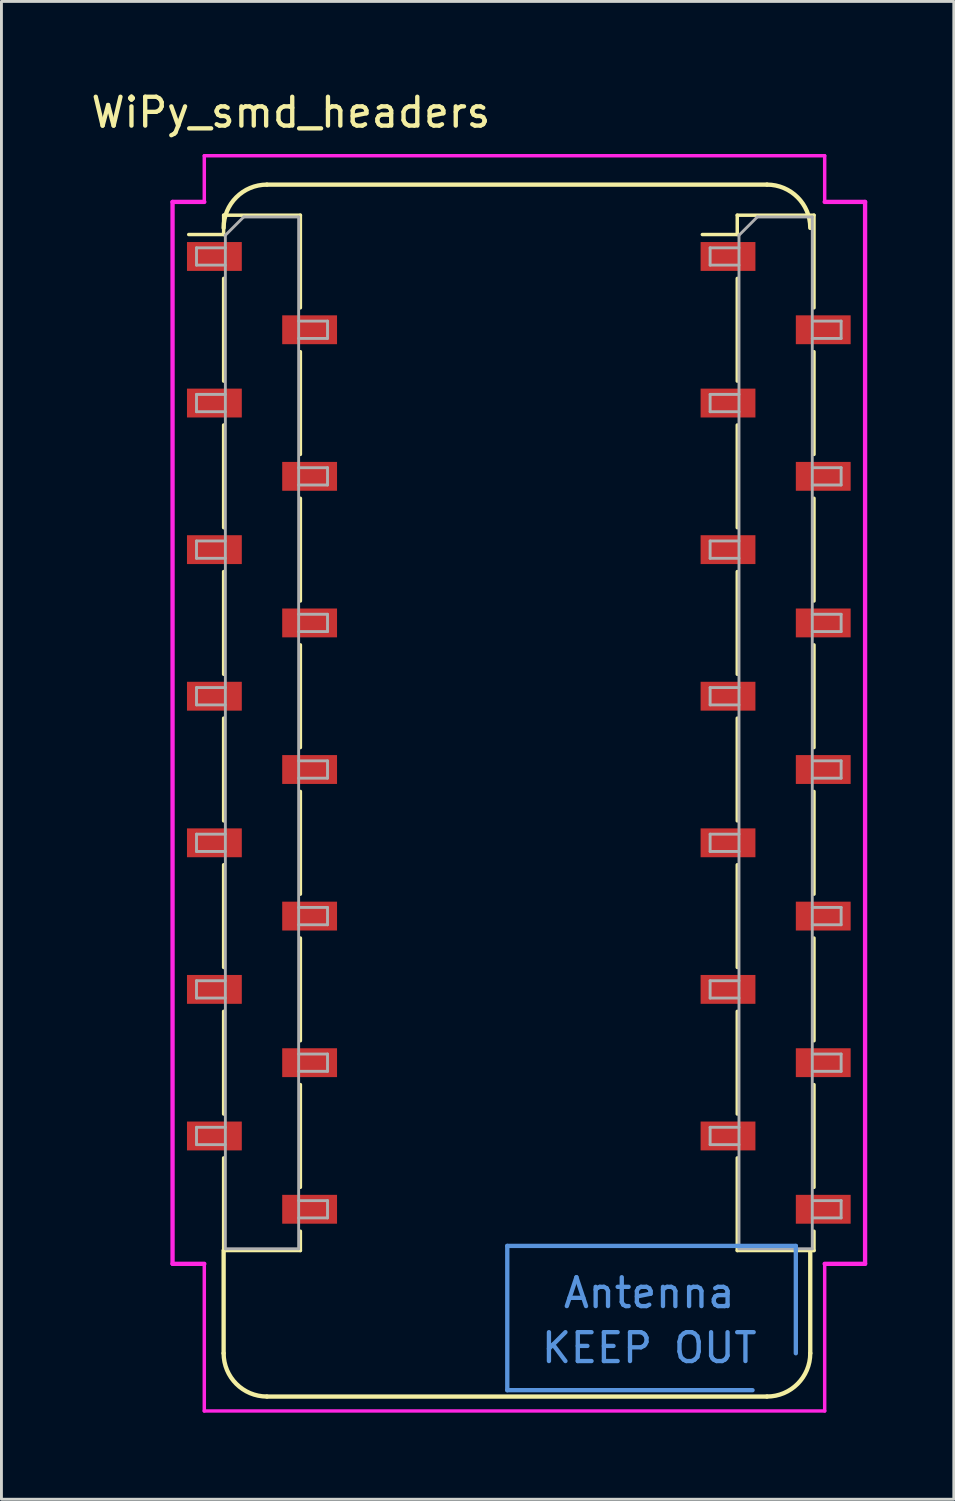
<source format=kicad_pcb>
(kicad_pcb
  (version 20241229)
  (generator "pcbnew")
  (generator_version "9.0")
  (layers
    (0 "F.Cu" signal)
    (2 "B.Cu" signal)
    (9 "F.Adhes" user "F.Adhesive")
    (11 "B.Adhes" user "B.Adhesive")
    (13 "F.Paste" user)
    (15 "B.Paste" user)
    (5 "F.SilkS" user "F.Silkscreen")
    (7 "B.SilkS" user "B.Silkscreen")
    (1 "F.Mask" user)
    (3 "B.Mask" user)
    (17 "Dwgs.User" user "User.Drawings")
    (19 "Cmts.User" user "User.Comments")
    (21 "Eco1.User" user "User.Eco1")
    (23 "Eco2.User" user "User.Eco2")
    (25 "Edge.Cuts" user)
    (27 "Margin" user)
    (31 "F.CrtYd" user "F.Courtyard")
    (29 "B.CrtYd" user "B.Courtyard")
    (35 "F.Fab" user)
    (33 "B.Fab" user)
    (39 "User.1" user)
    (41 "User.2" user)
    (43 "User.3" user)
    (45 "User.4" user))
  (footprint "WiPy_smd_headers"
    (layer "F.Cu")
    (at 15.53 25.348)
    (property "Reference" "WiPy_smd_headers" (at -8.5 -24.5 0) (layer "F.SilkS") (effects (font (size 1 1) (thickness 0.15))))
    (attr through_hole)
    (fp_line (start -12.04 -20.27) (end -10.83 -20.27) (stroke (width 0.12) (type solid)) (layer "F.SilkS"))
    (fp_line (start -10.83 -20.94) (end -10.83 -20.27) (stroke (width 0.12) (type solid)) (layer "F.SilkS"))
    (fp_line (start -10.83 -20.94) (end -8.17 -20.94) (stroke (width 0.12) (type solid)) (layer "F.SilkS"))
    (fp_line (start -10.83 -18.75) (end -10.83 -15.19) (stroke (width 0.12) (type solid)) (layer "F.SilkS"))
    (fp_line (start -10.83 -13.67) (end -10.83 -10.11) (stroke (width 0.12) (type solid)) (layer "F.SilkS"))
    (fp_line (start -10.83 -8.59) (end -10.83 -5.03) (stroke (width 0.12) (type solid)) (layer "F.SilkS"))
    (fp_line (start -10.83 -3.51) (end -10.83 0.05) (stroke (width 0.12) (type solid)) (layer "F.SilkS"))
    (fp_line (start -10.83 1.57) (end -10.83 5.13) (stroke (width 0.12) (type solid)) (layer "F.SilkS"))
    (fp_line (start -10.83 6.65) (end -10.83 10.21) (stroke (width 0.12) (type solid)) (layer "F.SilkS"))
    (fp_line (start -10.83 11.73) (end -10.83 14.94) (stroke (width 0.12) (type solid)) (layer "F.SilkS"))
    (fp_line (start -10.83 14.94) (end -8.17 14.94) (stroke (width 0.12) (type solid)) (layer "F.SilkS"))
    (fp_line (start -10.83 18.5) (end -10.83 14.94) (stroke (width 0.15) (type solid)) (layer "F.SilkS"))
    (fp_line (start -9.33 -22) (end 8 -22) (stroke (width 0.15) (type solid)) (layer "F.SilkS"))
    (fp_line (start -8.17 -20.94) (end -8.17 -17.73) (stroke (width 0.12) (type solid)) (layer "F.SilkS"))
    (fp_line (start -8.17 -16.21) (end -8.17 -12.65) (stroke (width 0.12) (type solid)) (layer "F.SilkS"))
    (fp_line (start -8.17 -11.13) (end -8.17 -7.57) (stroke (width 0.12) (type solid)) (layer "F.SilkS"))
    (fp_line (start -8.17 -6.05) (end -8.17 -2.49) (stroke (width 0.12) (type solid)) (layer "F.SilkS"))
    (fp_line (start -8.17 -0.97) (end -8.17 2.59) (stroke (width 0.12) (type solid)) (layer "F.SilkS"))
    (fp_line (start -8.17 4.11) (end -8.17 7.67) (stroke (width 0.12) (type solid)) (layer "F.SilkS"))
    (fp_line (start -8.17 9.19) (end -8.17 12.75) (stroke (width 0.12) (type solid)) (layer "F.SilkS"))
    (fp_line (start -8.17 14.27) (end -8.17 14.94) (stroke (width 0.12) (type solid)) (layer "F.SilkS"))
    (fp_line (start 5.76 -20.27) (end 6.97 -20.27) (stroke (width 0.12) (type solid)) (layer "F.SilkS"))
    (fp_line (start 6.97 -20.94) (end 6.97 -20.27) (stroke (width 0.12) (type solid)) (layer "F.SilkS"))
    (fp_line (start 6.97 -20.94) (end 9.63 -20.94) (stroke (width 0.12) (type solid)) (layer "F.SilkS"))
    (fp_line (start 6.97 -18.75) (end 6.97 -15.19) (stroke (width 0.12) (type solid)) (layer "F.SilkS"))
    (fp_line (start 6.97 -13.67) (end 6.97 -10.11) (stroke (width 0.12) (type solid)) (layer "F.SilkS"))
    (fp_line (start 6.97 -8.59) (end 6.97 -5.03) (stroke (width 0.12) (type solid)) (layer "F.SilkS"))
    (fp_line (start 6.97 -3.51) (end 6.97 0.05) (stroke (width 0.12) (type solid)) (layer "F.SilkS"))
    (fp_line (start 6.97 1.57) (end 6.97 5.13) (stroke (width 0.12) (type solid)) (layer "F.SilkS"))
    (fp_line (start 6.97 6.65) (end 6.97 10.21) (stroke (width 0.12) (type solid)) (layer "F.SilkS"))
    (fp_line (start 6.97 11.73) (end 6.97 14.94) (stroke (width 0.12) (type solid)) (layer "F.SilkS"))
    (fp_line (start 6.97 14.94) (end 9.63 14.94) (stroke (width 0.12) (type solid)) (layer "F.SilkS"))
    (fp_line (start 8 20) (end -9.33 20) (stroke (width 0.15) (type solid)) (layer "F.SilkS"))
    (fp_line (start 9.5 15) (end 9.5 18.5) (stroke (width 0.15) (type solid)) (layer "F.SilkS"))
    (fp_line (start 9.63 -20.94) (end 9.63 -17.73) (stroke (width 0.12) (type solid)) (layer "F.SilkS"))
    (fp_line (start 9.63 -16.21) (end 9.63 -12.65) (stroke (width 0.12) (type solid)) (layer "F.SilkS"))
    (fp_line (start 9.63 -11.13) (end 9.63 -7.57) (stroke (width 0.12) (type solid)) (layer "F.SilkS"))
    (fp_line (start 9.63 -6.05) (end 9.63 -2.49) (stroke (width 0.12) (type solid)) (layer "F.SilkS"))
    (fp_line (start 9.63 -0.97) (end 9.63 2.59) (stroke (width 0.12) (type solid)) (layer "F.SilkS"))
    (fp_line (start 9.63 4.11) (end 9.63 7.67) (stroke (width 0.12) (type solid)) (layer "F.SilkS"))
    (fp_line (start 9.63 9.19) (end 9.63 12.75) (stroke (width 0.12) (type solid)) (layer "F.SilkS"))
    (fp_line (start 9.63 14.27) (end 9.63 14.94) (stroke (width 0.12) (type solid)) (layer "F.SilkS"))
    (fp_arc (start -10.83 -20.5) (mid -10.39066 -21.56066) (end -9.33 -22) (stroke (width 0.15) (type solid)) (layer "F.SilkS"))
    (fp_arc (start -9.33 20) (mid -10.39066 19.56066) (end -10.83 18.5) (stroke (width 0.15) (type solid)) (layer "F.SilkS"))
    (fp_arc (start 8 -22) (mid 9.06066 -21.56066) (end 9.5 -20.5) (stroke (width 0.15) (type solid)) (layer "F.SilkS"))
    (fp_arc (start 9.5 18.5) (mid 9.06066 19.56066) (end 8 20) (stroke (width 0.15) (type solid)) (layer "F.SilkS"))
    (fp_line (start -1 14.78) (end -1 19.78) (stroke (width 0.15) (type solid)) (layer "Cmts.User"))
    (fp_line (start -1 19.78) (end 7.5 19.78) (stroke (width 0.15) (type solid)) (layer "Cmts.User"))
    (fp_line (start 9 14.78) (end -1 14.78) (stroke (width 0.15) (type solid)) (layer "Cmts.User"))
    (fp_line (start 9 18.5) (end 9 14.78) (stroke (width 0.15) (type solid)) (layer "Cmts.User"))
    (fp_line (start -12.6 -21.4) (end -11.5 -21.4) (stroke (width 0.15) (type solid)) (layer "F.CrtYd"))
    (fp_line (start -12.6 15.4) (end -12.6 -21.4) (stroke (width 0.15) (type solid)) (layer "F.CrtYd"))
    (fp_line (start -11.5 -23) (end 10 -23) (stroke (width 0.12) (type solid)) (layer "F.CrtYd"))
    (fp_line (start -11.5 -21.4) (end -11.5 -23) (stroke (width 0.12) (type solid)) (layer "F.CrtYd"))
    (fp_line (start -11.5 15.4) (end -12.6 15.4) (stroke (width 0.15) (type solid)) (layer "F.CrtYd"))
    (fp_line (start -11.5 15.4) (end -11.5 20.5) (stroke (width 0.12) (type solid)) (layer "F.CrtYd"))
    (fp_line (start -11.5 20.5) (end 10 20.5) (stroke (width 0.12) (type solid)) (layer "F.CrtYd"))
    (fp_line (start 10 -23) (end 10 -21.4) (stroke (width 0.12) (type solid)) (layer "F.CrtYd"))
    (fp_line (start 10 -21.4) (end 11.4 -21.4) (stroke (width 0.15) (type solid)) (layer "F.CrtYd"))
    (fp_line (start 10 20.5) (end 10 15.4) (stroke (width 0.12) (type solid)) (layer "F.CrtYd"))
    (fp_line (start 11.4 -21.4) (end 11.4 15.4) (stroke (width 0.15) (type solid)) (layer "F.CrtYd"))
    (fp_line (start 11.4 15.4) (end 10 15.4) (stroke (width 0.15) (type solid)) (layer "F.CrtYd"))
    (fp_line (start -11.77 -19.81) (end -10.77 -19.81) (stroke (width 0.1) (type solid)) (layer "F.Fab"))
    (fp_line (start -11.77 -19.21) (end -11.77 -19.81) (stroke (width 0.1) (type solid)) (layer "F.Fab"))
    (fp_line (start -11.77 -14.73) (end -10.77 -14.73) (stroke (width 0.1) (type solid)) (layer "F.Fab"))
    (fp_line (start -11.77 -14.13) (end -11.77 -14.73) (stroke (width 0.1) (type solid)) (layer "F.Fab"))
    (fp_line (start -11.77 -9.65) (end -10.77 -9.65) (stroke (width 0.1) (type solid)) (layer "F.Fab"))
    (fp_line (start -11.77 -9.05) (end -11.77 -9.65) (stroke (width 0.1) (type solid)) (layer "F.Fab"))
    (fp_line (start -11.77 -4.57) (end -10.77 -4.57) (stroke (width 0.1) (type solid)) (layer "F.Fab"))
    (fp_line (start -11.77 -3.97) (end -11.77 -4.57) (stroke (width 0.1) (type solid)) (layer "F.Fab"))
    (fp_line (start -11.77 0.51) (end -10.77 0.51) (stroke (width 0.1) (type solid)) (layer "F.Fab"))
    (fp_line (start -11.77 1.11) (end -11.77 0.51) (stroke (width 0.1) (type solid)) (layer "F.Fab"))
    (fp_line (start -11.77 5.59) (end -10.77 5.59) (stroke (width 0.1) (type solid)) (layer "F.Fab"))
    (fp_line (start -11.77 6.19) (end -11.77 5.59) (stroke (width 0.1) (type solid)) (layer "F.Fab"))
    (fp_line (start -11.77 10.67) (end -10.77 10.67) (stroke (width 0.1) (type solid)) (layer "F.Fab"))
    (fp_line (start -11.77 11.27) (end -11.77 10.67) (stroke (width 0.1) (type solid)) (layer "F.Fab"))
    (fp_line (start -10.77 -20.245) (end -10.135 -20.88) (stroke (width 0.1) (type solid)) (layer "F.Fab"))
    (fp_line (start -10.77 -19.21) (end -11.77 -19.21) (stroke (width 0.1) (type solid)) (layer "F.Fab"))
    (fp_line (start -10.77 -14.13) (end -11.77 -14.13) (stroke (width 0.1) (type solid)) (layer "F.Fab"))
    (fp_line (start -10.77 -9.05) (end -11.77 -9.05) (stroke (width 0.1) (type solid)) (layer "F.Fab"))
    (fp_line (start -10.77 -3.97) (end -11.77 -3.97) (stroke (width 0.1) (type solid)) (layer "F.Fab"))
    (fp_line (start -10.77 1.11) (end -11.77 1.11) (stroke (width 0.1) (type solid)) (layer "F.Fab"))
    (fp_line (start -10.77 6.19) (end -11.77 6.19) (stroke (width 0.1) (type solid)) (layer "F.Fab"))
    (fp_line (start -10.77 11.27) (end -11.77 11.27) (stroke (width 0.1) (type solid)) (layer "F.Fab"))
    (fp_line (start -10.77 14.88) (end -10.77 -20.245) (stroke (width 0.1) (type solid)) (layer "F.Fab"))
    (fp_line (start -10.135 -20.88) (end -8.23 -20.88) (stroke (width 0.1) (type solid)) (layer "F.Fab"))
    (fp_line (start -8.23 -20.88) (end -8.23 14.88) (stroke (width 0.1) (type solid)) (layer "F.Fab"))
    (fp_line (start -8.23 -17.27) (end -7.23 -17.27) (stroke (width 0.1) (type solid)) (layer "F.Fab"))
    (fp_line (start -8.23 -12.19) (end -7.23 -12.19) (stroke (width 0.1) (type solid)) (layer "F.Fab"))
    (fp_line (start -8.23 -7.11) (end -7.23 -7.11) (stroke (width 0.1) (type solid)) (layer "F.Fab"))
    (fp_line (start -8.23 -2.03) (end -7.23 -2.03) (stroke (width 0.1) (type solid)) (layer "F.Fab"))
    (fp_line (start -8.23 3.05) (end -7.23 3.05) (stroke (width 0.1) (type solid)) (layer "F.Fab"))
    (fp_line (start -8.23 8.13) (end -7.23 8.13) (stroke (width 0.1) (type solid)) (layer "F.Fab"))
    (fp_line (start -8.23 13.21) (end -7.23 13.21) (stroke (width 0.1) (type solid)) (layer "F.Fab"))
    (fp_line (start -8.23 14.88) (end -10.77 14.88) (stroke (width 0.1) (type solid)) (layer "F.Fab"))
    (fp_line (start -7.23 -17.27) (end -7.23 -16.67) (stroke (width 0.1) (type solid)) (layer "F.Fab"))
    (fp_line (start -7.23 -16.67) (end -8.23 -16.67) (stroke (width 0.1) (type solid)) (layer "F.Fab"))
    (fp_line (start -7.23 -12.19) (end -7.23 -11.59) (stroke (width 0.1) (type solid)) (layer "F.Fab"))
    (fp_line (start -7.23 -11.59) (end -8.23 -11.59) (stroke (width 0.1) (type solid)) (layer "F.Fab"))
    (fp_line (start -7.23 -7.11) (end -7.23 -6.51) (stroke (width 0.1) (type solid)) (layer "F.Fab"))
    (fp_line (start -7.23 -6.51) (end -8.23 -6.51) (stroke (width 0.1) (type solid)) (layer "F.Fab"))
    (fp_line (start -7.23 -2.03) (end -7.23 -1.43) (stroke (width 0.1) (type solid)) (layer "F.Fab"))
    (fp_line (start -7.23 -1.43) (end -8.23 -1.43) (stroke (width 0.1) (type solid)) (layer "F.Fab"))
    (fp_line (start -7.23 3.05) (end -7.23 3.65) (stroke (width 0.1) (type solid)) (layer "F.Fab"))
    (fp_line (start -7.23 3.65) (end -8.23 3.65) (stroke (width 0.1) (type solid)) (layer "F.Fab"))
    (fp_line (start -7.23 8.13) (end -7.23 8.73) (stroke (width 0.1) (type solid)) (layer "F.Fab"))
    (fp_line (start -7.23 8.73) (end -8.23 8.73) (stroke (width 0.1) (type solid)) (layer "F.Fab"))
    (fp_line (start -7.23 13.21) (end -7.23 13.81) (stroke (width 0.1) (type solid)) (layer "F.Fab"))
    (fp_line (start -7.23 13.81) (end -8.23 13.81) (stroke (width 0.1) (type solid)) (layer "F.Fab"))
    (fp_line (start 6.03 -19.81) (end 7.03 -19.81) (stroke (width 0.1) (type solid)) (layer "F.Fab"))
    (fp_line (start 6.03 -19.21) (end 6.03 -19.81) (stroke (width 0.1) (type solid)) (layer "F.Fab"))
    (fp_line (start 6.03 -14.73) (end 7.03 -14.73) (stroke (width 0.1) (type solid)) (layer "F.Fab"))
    (fp_line (start 6.03 -14.13) (end 6.03 -14.73) (stroke (width 0.1) (type solid)) (layer "F.Fab"))
    (fp_line (start 6.03 -9.65) (end 7.03 -9.65) (stroke (width 0.1) (type solid)) (layer "F.Fab"))
    (fp_line (start 6.03 -9.05) (end 6.03 -9.65) (stroke (width 0.1) (type solid)) (layer "F.Fab"))
    (fp_line (start 6.03 -4.57) (end 7.03 -4.57) (stroke (width 0.1) (type solid)) (layer "F.Fab"))
    (fp_line (start 6.03 -3.97) (end 6.03 -4.57) (stroke (width 0.1) (type solid)) (layer "F.Fab"))
    (fp_line (start 6.03 0.51) (end 7.03 0.51) (stroke (width 0.1) (type solid)) (layer "F.Fab"))
    (fp_line (start 6.03 1.11) (end 6.03 0.51) (stroke (width 0.1) (type solid)) (layer "F.Fab"))
    (fp_line (start 6.03 5.59) (end 7.03 5.59) (stroke (width 0.1) (type solid)) (layer "F.Fab"))
    (fp_line (start 6.03 6.19) (end 6.03 5.59) (stroke (width 0.1) (type solid)) (layer "F.Fab"))
    (fp_line (start 6.03 10.67) (end 7.03 10.67) (stroke (width 0.1) (type solid)) (layer "F.Fab"))
    (fp_line (start 6.03 11.27) (end 6.03 10.67) (stroke (width 0.1) (type solid)) (layer "F.Fab"))
    (fp_line (start 7.03 -20.245) (end 7.665 -20.88) (stroke (width 0.1) (type solid)) (layer "F.Fab"))
    (fp_line (start 7.03 -19.21) (end 6.03 -19.21) (stroke (width 0.1) (type solid)) (layer "F.Fab"))
    (fp_line (start 7.03 -14.13) (end 6.03 -14.13) (stroke (width 0.1) (type solid)) (layer "F.Fab"))
    (fp_line (start 7.03 -9.05) (end 6.03 -9.05) (stroke (width 0.1) (type solid)) (layer "F.Fab"))
    (fp_line (start 7.03 -3.97) (end 6.03 -3.97) (stroke (width 0.1) (type solid)) (layer "F.Fab"))
    (fp_line (start 7.03 1.11) (end 6.03 1.11) (stroke (width 0.1) (type solid)) (layer "F.Fab"))
    (fp_line (start 7.03 6.19) (end 6.03 6.19) (stroke (width 0.1) (type solid)) (layer "F.Fab"))
    (fp_line (start 7.03 11.27) (end 6.03 11.27) (stroke (width 0.1) (type solid)) (layer "F.Fab"))
    (fp_line (start 7.03 14.88) (end 7.03 -20.245) (stroke (width 0.1) (type solid)) (layer "F.Fab"))
    (fp_line (start 7.665 -20.88) (end 9.57 -20.88) (stroke (width 0.1) (type solid)) (layer "F.Fab"))
    (fp_line (start 9.57 -20.88) (end 9.57 14.88) (stroke (width 0.1) (type solid)) (layer "F.Fab"))
    (fp_line (start 9.57 -17.27) (end 10.57 -17.27) (stroke (width 0.1) (type solid)) (layer "F.Fab"))
    (fp_line (start 9.57 -12.19) (end 10.57 -12.19) (stroke (width 0.1) (type solid)) (layer "F.Fab"))
    (fp_line (start 9.57 -7.11) (end 10.57 -7.11) (stroke (width 0.1) (type solid)) (layer "F.Fab"))
    (fp_line (start 9.57 -2.03) (end 10.57 -2.03) (stroke (width 0.1) (type solid)) (layer "F.Fab"))
    (fp_line (start 9.57 3.05) (end 10.57 3.05) (stroke (width 0.1) (type solid)) (layer "F.Fab"))
    (fp_line (start 9.57 8.13) (end 10.57 8.13) (stroke (width 0.1) (type solid)) (layer "F.Fab"))
    (fp_line (start 9.57 13.21) (end 10.57 13.21) (stroke (width 0.1) (type solid)) (layer "F.Fab"))
    (fp_line (start 9.57 14.88) (end 7.03 14.88) (stroke (width 0.1) (type solid)) (layer "F.Fab"))
    (fp_line (start 10.57 -17.27) (end 10.57 -16.67) (stroke (width 0.1) (type solid)) (layer "F.Fab"))
    (fp_line (start 10.57 -16.67) (end 9.57 -16.67) (stroke (width 0.1) (type solid)) (layer "F.Fab"))
    (fp_line (start 10.57 -12.19) (end 10.57 -11.59) (stroke (width 0.1) (type solid)) (layer "F.Fab"))
    (fp_line (start 10.57 -11.59) (end 9.57 -11.59) (stroke (width 0.1) (type solid)) (layer "F.Fab"))
    (fp_line (start 10.57 -7.11) (end 10.57 -6.51) (stroke (width 0.1) (type solid)) (layer "F.Fab"))
    (fp_line (start 10.57 -6.51) (end 9.57 -6.51) (stroke (width 0.1) (type solid)) (layer "F.Fab"))
    (fp_line (start 10.57 -2.03) (end 10.57 -1.43) (stroke (width 0.1) (type solid)) (layer "F.Fab"))
    (fp_line (start 10.57 -1.43) (end 9.57 -1.43) (stroke (width 0.1) (type solid)) (layer "F.Fab"))
    (fp_line (start 10.57 3.05) (end 10.57 3.65) (stroke (width 0.1) (type solid)) (layer "F.Fab"))
    (fp_line (start 10.57 3.65) (end 9.57 3.65) (stroke (width 0.1) (type solid)) (layer "F.Fab"))
    (fp_line (start 10.57 8.13) (end 10.57 8.73) (stroke (width 0.1) (type solid)) (layer "F.Fab"))
    (fp_line (start 10.57 8.73) (end 9.57 8.73) (stroke (width 0.1) (type solid)) (layer "F.Fab"))
    (fp_line (start 10.57 13.21) (end 10.57 13.81) (stroke (width 0.1) (type solid)) (layer "F.Fab"))
    (fp_line (start 10.57 13.81) (end 9.57 13.81) (stroke (width 0.1) (type solid)) (layer "F.Fab"))
    (fp_text user "KEEP OUT" (at 3.92 18.315 0) (layer "Cmts.User") (effects (font (size 1 1) (thickness 0.15))))
    (fp_text user "Antenna" (at 3.92 16.41 0) (layer "Cmts.User") (effects (font (size 1 1) (thickness 0.15))))
    (pad "1" smd rect (at -11.15 -19.51) (size 1.9 1) (layers "F.Cu" "F.Mask" "F.Paste"))
    (pad "2" smd rect (at -7.85 -16.97) (size 1.9 1) (layers "F.Cu" "F.Mask" "F.Paste"))
    (pad "3" smd rect (at -11.15 -14.43) (size 1.9 1) (layers "F.Cu" "F.Mask" "F.Paste"))
    (pad "4" smd rect (at -7.85 -11.89) (size 1.9 1) (layers "F.Cu" "F.Mask" "F.Paste"))
    (pad "5" smd rect (at -11.15 -9.35) (size 1.9 1) (layers "F.Cu" "F.Mask" "F.Paste"))
    (pad "6" smd rect (at -7.85 -6.81) (size 1.9 1) (layers "F.Cu" "F.Mask" "F.Paste"))
    (pad "7" smd rect (at -11.15 -4.27) (size 1.9 1) (layers "F.Cu" "F.Mask" "F.Paste"))
    (pad "8" smd rect (at -7.85 -1.73) (size 1.9 1) (layers "F.Cu" "F.Mask" "F.Paste"))
    (pad "9" smd rect (at -11.15 0.81) (size 1.9 1) (layers "F.Cu" "F.Mask" "F.Paste"))
    (pad "10" smd rect (at -7.85 3.35) (size 1.9 1) (layers "F.Cu" "F.Mask" "F.Paste"))
    (pad "11" smd rect (at -11.15 5.89) (size 1.9 1) (layers "F.Cu" "F.Mask" "F.Paste"))
    (pad "12" smd rect (at -7.85 8.43) (size 1.9 1) (layers "F.Cu" "F.Mask" "F.Paste"))
    (pad "13" smd rect (at -11.15 10.97) (size 1.9 1) (layers "F.Cu" "F.Mask" "F.Paste"))
    (pad "14" smd rect (at -7.85 13.51) (size 1.9 1) (layers "F.Cu" "F.Mask" "F.Paste"))
    (pad "15" smd rect (at 9.95 13.51) (size 1.9 1) (layers "F.Cu" "F.Mask" "F.Paste"))
    (pad "16" smd rect (at 6.65 10.97) (size 1.9 1) (layers "F.Cu" "F.Mask" "F.Paste"))
    (pad "17" smd rect (at 9.95 8.43) (size 1.9 1) (layers "F.Cu" "F.Mask" "F.Paste"))
    (pad "18" smd rect (at 6.65 5.89) (size 1.9 1) (layers "F.Cu" "F.Mask" "F.Paste"))
    (pad "19" smd rect (at 9.95 3.35) (size 1.9 1) (layers "F.Cu" "F.Mask" "F.Paste"))
    (pad "20" smd rect (at 6.65 0.81) (size 1.9 1) (layers "F.Cu" "F.Mask" "F.Paste"))
    (pad "21" smd rect (at 9.95 -1.73) (size 1.9 1) (layers "F.Cu" "F.Mask" "F.Paste"))
    (pad "22" smd rect (at 6.65 -4.27) (size 1.9 1) (layers "F.Cu" "F.Mask" "F.Paste"))
    (pad "23" smd rect (at 9.95 -6.81) (size 1.9 1) (layers "F.Cu" "F.Mask" "F.Paste"))
    (pad "24" smd rect (at 6.65 -9.35) (size 1.9 1) (layers "F.Cu" "F.Mask" "F.Paste"))
    (pad "25" smd rect (at 9.95 -11.89) (size 1.9 1) (layers "F.Cu" "F.Mask" "F.Paste"))
    (pad "26" smd rect (at 6.65 -14.43) (size 1.9 1) (layers "F.Cu" "F.Mask" "F.Paste"))
    (pad "27" smd rect (at 9.95 -16.97) (size 1.9 1) (layers "F.Cu" "F.Mask" "F.Paste"))
    (pad "28" smd rect (at 6.65 -19.51) (size 1.9 1) (layers "F.Cu" "F.Mask" "F.Paste")))
  (gr_rect
    (start -3 -3)
    (end 30.005 48.908)
    (stroke (width 0.1) (type default))
    (fill no)
    (layer "Edge.Cuts")))
</source>
